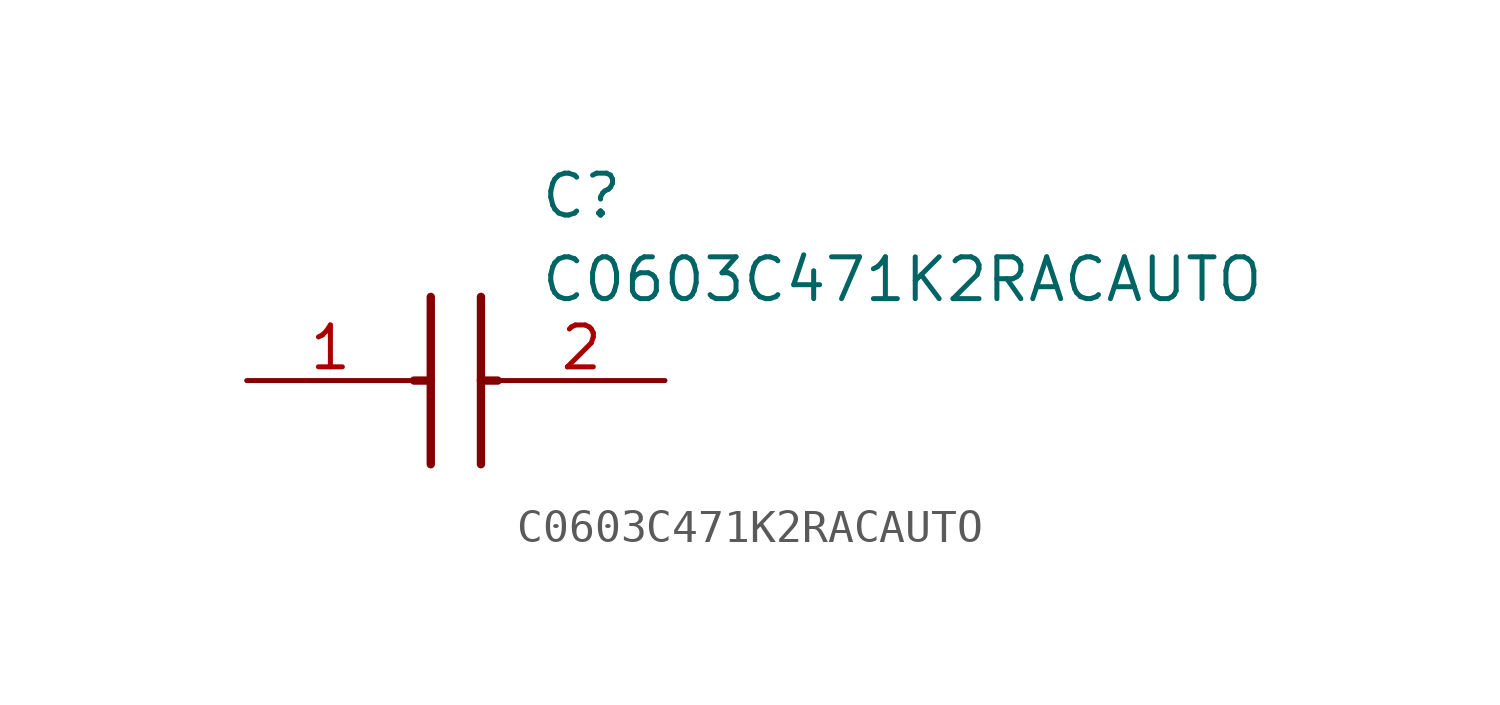
<source format=kicad_sym>
(kicad_symbol_lib
  (version 20211014)
  (generator SamacSys_ECAD_Model)
  (symbol "C0603C471K2RACAUTO"
    (pin_names hide)
    (property "Reference" "C"
      (at 8.89 6.35 0)
      (effects (font (size 1.27 1.27)) (justify left top)))
    (property "Value" "C0603C471K2RACAUTO"
      (at 8.89 3.81 0)
      (effects (font (size 1.27 1.27)) (justify left top)))
    (polyline
      (pts (xy 5.588 2.54) (xy 5.588 -2.54))
      (stroke (width 0.254) (type default))
      (fill (type none)))
    (polyline
      (pts (xy 7.112 2.54) (xy 7.112 -2.54))
      (stroke (width 0.254) (type default))
      (fill (type none)))
    (polyline
      (pts (xy 5.08 0) (xy 5.588 0))
      (stroke (width 0.254) (type default))
      (fill (type none)))
    (polyline
      (pts (xy 7.112 0) (xy 7.62 0))
      (stroke (width 0.254) (type default))
      (fill (type none)))
    (pin passive line
      (at 0 0 0)
      (length 5.08)
      (name "1" (effects (font (size 1.27 1.27))))
      (number "1" (effects (font (size 1.27 1.27)))))
    (pin passive line
      (at 12.7 0 180)
      (length 5.08)
      (name "2" (effects (font (size 1.27 1.27))))
      (number "2" (effects (font (size 1.27 1.27)))))))
</source>
